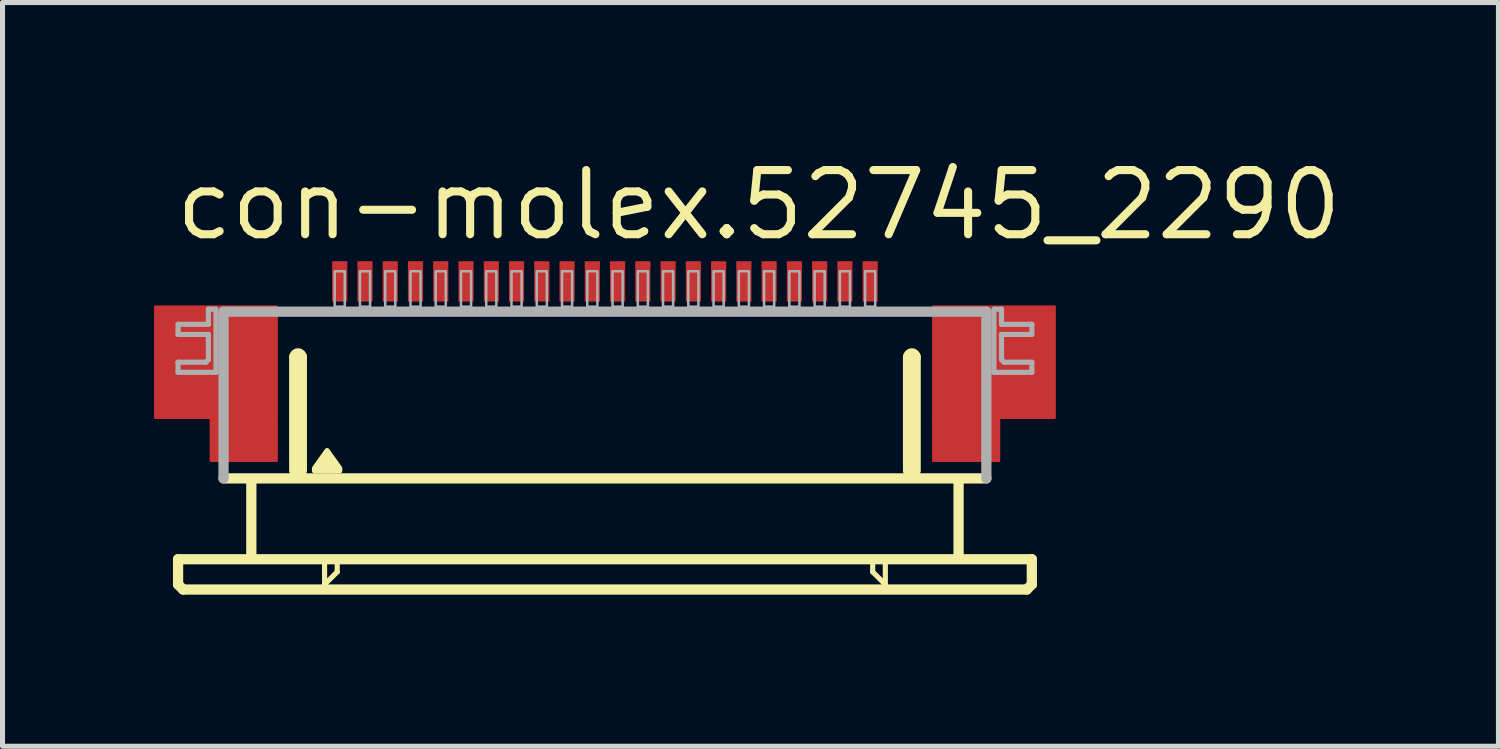
<source format=kicad_pcb>
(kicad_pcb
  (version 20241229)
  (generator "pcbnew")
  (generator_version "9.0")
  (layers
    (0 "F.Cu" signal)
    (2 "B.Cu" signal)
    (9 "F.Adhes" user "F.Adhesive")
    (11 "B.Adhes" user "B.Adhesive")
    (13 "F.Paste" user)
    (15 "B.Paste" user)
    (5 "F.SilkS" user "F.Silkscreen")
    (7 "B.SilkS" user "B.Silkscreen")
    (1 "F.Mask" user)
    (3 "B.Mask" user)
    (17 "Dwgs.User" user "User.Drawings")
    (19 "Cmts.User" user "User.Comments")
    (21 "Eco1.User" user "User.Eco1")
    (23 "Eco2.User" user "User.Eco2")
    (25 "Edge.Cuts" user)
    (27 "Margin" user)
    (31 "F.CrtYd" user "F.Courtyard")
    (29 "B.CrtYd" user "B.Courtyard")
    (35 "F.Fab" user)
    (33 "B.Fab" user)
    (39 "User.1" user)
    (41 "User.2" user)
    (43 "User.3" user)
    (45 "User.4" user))
  (footprint "con-molex.52745_2290"
    (layer "F.Cu")
    (at 8.925 5.02)
    (property "Reference" "con-molex.52745_2290" (at -8.58 -3.27 0) (layer "F.SilkS") (effects (font (size 1.27 1.27) (thickness 0.16)) (justify left bottom)))
    (attr smd)
    (fp_rect (start -8.9 0.2) (end -6.5 -2) (stroke (width 0.05) (type default)) (fill yes) (layer "F.Cu"))
    (fp_rect (start -7.8 1.05) (end -6.5 0.2) (stroke (width 0.05) (type default)) (fill yes) (layer "F.Cu"))
    (fp_rect (start 6.5 0.2) (end 8.9 -2) (stroke (width 0.05) (type default)) (fill yes) (layer "F.Cu"))
    (fp_rect (start 6.5 1.05) (end 7.8 0.2) (stroke (width 0.05) (type default)) (fill yes) (layer "F.Cu"))
    (fp_rect (start -8.9 0.2) (end -7.75 -2) (stroke (width 0.05) (type default)) (fill yes) (layer "F.Mask"))
    (fp_rect (start -7.8 1.05) (end -6.5 -2) (stroke (width 0.05) (type default)) (fill yes) (layer "F.Mask"))
    (fp_rect (start 6.5 1.05) (end 7.8 -2) (stroke (width 0.05) (type default)) (fill yes) (layer "F.Mask"))
    (fp_rect (start 7.75 0.2) (end 8.9 -2) (stroke (width 0.05) (type default)) (fill yes) (layer "F.Mask"))
    (fp_line (start -8.45 3) (end -8.45 3.5) (stroke (width 0.203) (type default)) (layer "F.SilkS"))
    (fp_line (start -8.45 3.5) (end -8.35 3.6) (stroke (width 0.203) (type default)) (layer "F.SilkS"))
    (fp_line (start -8.35 3.6) (end 8.35 3.6) (stroke (width 0.203) (type default)) (layer "F.SilkS"))
    (fp_line (start -7 1.5) (end -7 2.9) (stroke (width 0.203) (type default)) (layer "F.SilkS"))
    (fp_line (start -6.15 1.25) (end -6.15 -1) (stroke (width 0.203) (type default)) (layer "F.SilkS"))
    (fp_line (start -6 -1) (end -6 1.25) (stroke (width 0.203) (type default)) (layer "F.SilkS"))
    (fp_line (start -5.55 3.1) (end -5.55 3.5) (stroke (width 0.102) (type default)) (layer "F.SilkS"))
    (fp_line (start -5.55 3.5) (end -5.3 3.25) (stroke (width 0.102) (type default)) (layer "F.SilkS"))
    (fp_line (start -5.3 3.25) (end -5.3 3.1) (stroke (width 0.102) (type default)) (layer "F.SilkS"))
    (fp_line (start 5.3 3.1) (end 5.3 3.25) (stroke (width 0.102) (type default)) (layer "F.SilkS"))
    (fp_line (start 5.3 3.25) (end 5.55 3.5) (stroke (width 0.102) (type default)) (layer "F.SilkS"))
    (fp_line (start 5.55 3.5) (end 5.55 3.1) (stroke (width 0.102) (type default)) (layer "F.SilkS"))
    (fp_line (start 6 1.25) (end 6 -1) (stroke (width 0.203) (type default)) (layer "F.SilkS"))
    (fp_line (start 6.15 -1) (end 6.15 1.25) (stroke (width 0.203) (type default)) (layer "F.SilkS"))
    (fp_line (start 7 1.5) (end 7 2.9) (stroke (width 0.203) (type default)) (layer "F.SilkS"))
    (fp_line (start 7.55 1.4) (end -7.55 1.4) (stroke (width 0.203) (type default)) (layer "F.SilkS"))
    (fp_line (start 8.35 3.6) (end 8.45 3.5) (stroke (width 0.203) (type default)) (layer "F.SilkS"))
    (fp_line (start 8.45 3) (end -8.45 3) (stroke (width 0.203) (type default)) (layer "F.SilkS"))
    (fp_line (start 8.45 3.5) (end 8.45 3) (stroke (width 0.203) (type default)) (layer "F.SilkS"))
    (fp_arc (start -6.15 -1) (mid -6.075 -1.075) (end -6 -1) (stroke (width 0.2032) (type default)) (layer "F.SilkS"))
    (fp_arc (start 6 -1) (mid 6.075 -1.075) (end 6.15 -1) (stroke (width 0.2032) (type default)) (layer "F.SilkS"))
    (fp_poly (pts (xy -5.75 1.25) (xy -5.75 1.2) (xy -5.5 0.85) (xy -5.25 1.2) (xy -5.25 1.25)) (stroke (width 0.102) (type default)) (fill yes) (layer "F.SilkS"))
    (fp_rect (start -8.7 0.05) (end -6.7 -1.85) (stroke (width 0.05) (type default)) (fill yes) (layer "F.Paste"))
    (fp_rect (start 6.7 0.05) (end 8.7 -1.85) (stroke (width 0.05) (type default)) (fill yes) (layer "F.Paste"))
    (fp_line (start -8.45 -1.65) (end -8.45 -1.45) (stroke (width 0.102) (type default)) (layer "F.Fab"))
    (fp_line (start -8.45 -1.45) (end -7.85 -1.45) (stroke (width 0.102) (type default)) (layer "F.Fab"))
    (fp_line (start -8.45 -0.9) (end -8.45 -0.7) (stroke (width 0.102) (type default)) (layer "F.Fab"))
    (fp_line (start -8.45 -0.7) (end -7.7 -0.7) (stroke (width 0.102) (type default)) (layer "F.Fab"))
    (fp_line (start -7.9 -0.9) (end -8.45 -0.9) (stroke (width 0.102) (type default)) (layer "F.Fab"))
    (fp_line (start -7.85 -1.95) (end -7.85 -1.65) (stroke (width 0.102) (type default)) (layer "F.Fab"))
    (fp_line (start -7.85 -1.65) (end -8.45 -1.65) (stroke (width 0.102) (type default)) (layer "F.Fab"))
    (fp_line (start -7.85 -1.45) (end -7.85 -0.95) (stroke (width 0.102) (type default)) (layer "F.Fab"))
    (fp_line (start -7.85 -0.95) (end -7.9 -0.9) (stroke (width 0.102) (type default)) (layer "F.Fab"))
    (fp_line (start -7.7 -1.95) (end -7.85 -1.95) (stroke (width 0.102) (type default)) (layer "F.Fab"))
    (fp_line (start -7.7 -0.7) (end -7.7 -1.9) (stroke (width 0.102) (type default)) (layer "F.Fab"))
    (fp_line (start -7.55 -1.9) (end 7.55 -1.9) (stroke (width 0.203) (type default)) (layer "F.Fab"))
    (fp_line (start -7.55 1.4) (end -7.55 -1.9) (stroke (width 0.203) (type default)) (layer "F.Fab"))
    (fp_line (start 7.55 -1.9) (end 7.55 1.4) (stroke (width 0.203) (type default)) (layer "F.Fab"))
    (fp_line (start 7.7 -1.95) (end 7.85 -1.95) (stroke (width 0.102) (type default)) (layer "F.Fab"))
    (fp_line (start 7.7 -0.7) (end 7.7 -1.9) (stroke (width 0.102) (type default)) (layer "F.Fab"))
    (fp_line (start 7.85 -1.95) (end 7.85 -1.65) (stroke (width 0.102) (type default)) (layer "F.Fab"))
    (fp_line (start 7.85 -1.65) (end 8.45 -1.65) (stroke (width 0.102) (type default)) (layer "F.Fab"))
    (fp_line (start 7.85 -1.45) (end 7.85 -0.95) (stroke (width 0.102) (type default)) (layer "F.Fab"))
    (fp_line (start 7.85 -0.95) (end 7.9 -0.9) (stroke (width 0.102) (type default)) (layer "F.Fab"))
    (fp_line (start 7.9 -0.9) (end 8.45 -0.9) (stroke (width 0.102) (type default)) (layer "F.Fab"))
    (fp_line (start 8.45 -1.65) (end 8.45 -1.45) (stroke (width 0.102) (type default)) (layer "F.Fab"))
    (fp_line (start 8.45 -1.45) (end 7.85 -1.45) (stroke (width 0.102) (type default)) (layer "F.Fab"))
    (fp_line (start 8.45 -0.9) (end 8.45 -0.7) (stroke (width 0.102) (type default)) (layer "F.Fab"))
    (fp_line (start 8.45 -0.7) (end 7.7 -0.7) (stroke (width 0.102) (type default)) (layer "F.Fab"))
    (fp_rect (start -5.35 -2) (end -5.15 -2.7) (stroke (width 0.05) (type default)) (fill no) (layer "F.Fab"))
    (fp_rect (start -4.85 -2) (end -4.65 -2.7) (stroke (width 0.05) (type default)) (fill no) (layer "F.Fab"))
    (fp_rect (start -4.35 -2) (end -4.15 -2.7) (stroke (width 0.05) (type default)) (fill no) (layer "F.Fab"))
    (fp_rect (start -3.85 -2) (end -3.65 -2.7) (stroke (width 0.05) (type default)) (fill no) (layer "F.Fab"))
    (fp_rect (start -3.35 -2) (end -3.15 -2.7) (stroke (width 0.05) (type default)) (fill no) (layer "F.Fab"))
    (fp_rect (start -2.85 -2) (end -2.65 -2.7) (stroke (width 0.05) (type default)) (fill no) (layer "F.Fab"))
    (fp_rect (start -2.35 -2) (end -2.15 -2.7) (stroke (width 0.05) (type default)) (fill no) (layer "F.Fab"))
    (fp_rect (start -1.85 -2) (end -1.65 -2.7) (stroke (width 0.05) (type default)) (fill no) (layer "F.Fab"))
    (fp_rect (start -1.35 -2) (end -1.15 -2.7) (stroke (width 0.05) (type default)) (fill no) (layer "F.Fab"))
    (fp_rect (start -0.85 -2) (end -0.65 -2.7) (stroke (width 0.05) (type default)) (fill no) (layer "F.Fab"))
    (fp_rect (start -0.35 -2) (end -0.15 -2.7) (stroke (width 0.05) (type default)) (fill no) (layer "F.Fab"))
    (fp_rect (start 0.15 -2) (end 0.35 -2.7) (stroke (width 0.05) (type default)) (fill no) (layer "F.Fab"))
    (fp_rect (start 0.65 -2) (end 0.85 -2.7) (stroke (width 0.05) (type default)) (fill no) (layer "F.Fab"))
    (fp_rect (start 1.15 -2) (end 1.35 -2.7) (stroke (width 0.05) (type default)) (fill no) (layer "F.Fab"))
    (fp_rect (start 1.65 -2) (end 1.85 -2.7) (stroke (width 0.05) (type default)) (fill no) (layer "F.Fab"))
    (fp_rect (start 2.15 -2) (end 2.35 -2.7) (stroke (width 0.05) (type default)) (fill no) (layer "F.Fab"))
    (fp_rect (start 2.65 -2) (end 2.85 -2.7) (stroke (width 0.05) (type default)) (fill no) (layer "F.Fab"))
    (fp_rect (start 3.15 -2) (end 3.35 -2.7) (stroke (width 0.05) (type default)) (fill no) (layer "F.Fab"))
    (fp_rect (start 3.65 -2) (end 3.85 -2.7) (stroke (width 0.05) (type default)) (fill no) (layer "F.Fab"))
    (fp_rect (start 4.15 -2) (end 4.35 -2.7) (stroke (width 0.05) (type default)) (fill no) (layer "F.Fab"))
    (fp_rect (start 4.65 -2) (end 4.85 -2.7) (stroke (width 0.05) (type default)) (fill no) (layer "F.Fab"))
    (fp_rect (start 5.15 -2) (end 5.35 -2.7) (stroke (width 0.05) (type default)) (fill no) (layer "F.Fab"))
    (pad "1" smd roundrect (at -5.25 -2.5) (size 0.3 0.8) (layers "F.Cu" "F.Mask" "F.Paste") (roundrect_rratio 0.01))
    (pad "2" smd roundrect (at -4.75 -2.5) (size 0.3 0.8) (layers "F.Cu" "F.Mask" "F.Paste") (roundrect_rratio 0.01))
    (pad "3" smd roundrect (at -4.25 -2.5) (size 0.3 0.8) (layers "F.Cu" "F.Mask" "F.Paste") (roundrect_rratio 0.01))
    (pad "4" smd roundrect (at -3.75 -2.5) (size 0.3 0.8) (layers "F.Cu" "F.Mask" "F.Paste") (roundrect_rratio 0.01))
    (pad "5" smd roundrect (at -3.25 -2.5) (size 0.3 0.8) (layers "F.Cu" "F.Mask" "F.Paste") (roundrect_rratio 0.01))
    (pad "6" smd roundrect (at -2.75 -2.5) (size 0.3 0.8) (layers "F.Cu" "F.Mask" "F.Paste") (roundrect_rratio 0.01))
    (pad "7" smd roundrect (at -2.25 -2.5) (size 0.3 0.8) (layers "F.Cu" "F.Mask" "F.Paste") (roundrect_rratio 0.01))
    (pad "8" smd roundrect (at -1.75 -2.5) (size 0.3 0.8) (layers "F.Cu" "F.Mask" "F.Paste") (roundrect_rratio 0.01))
    (pad "9" smd roundrect (at -1.25 -2.5) (size 0.3 0.8) (layers "F.Cu" "F.Mask" "F.Paste") (roundrect_rratio 0.01))
    (pad "10" smd roundrect (at -0.75 -2.5) (size 0.3 0.8) (layers "F.Cu" "F.Mask" "F.Paste") (roundrect_rratio 0.01))
    (pad "11" smd roundrect (at -0.25 -2.5) (size 0.3 0.8) (layers "F.Cu" "F.Mask" "F.Paste") (roundrect_rratio 0.01))
    (pad "12" smd roundrect (at 0.25 -2.5) (size 0.3 0.8) (layers "F.Cu" "F.Mask" "F.Paste") (roundrect_rratio 0.01))
    (pad "13" smd roundrect (at 0.75 -2.5) (size 0.3 0.8) (layers "F.Cu" "F.Mask" "F.Paste") (roundrect_rratio 0.01))
    (pad "14" smd roundrect (at 1.25 -2.5) (size 0.3 0.8) (layers "F.Cu" "F.Mask" "F.Paste") (roundrect_rratio 0.01))
    (pad "15" smd roundrect (at 1.75 -2.5) (size 0.3 0.8) (layers "F.Cu" "F.Mask" "F.Paste") (roundrect_rratio 0.01))
    (pad "16" smd roundrect (at 2.25 -2.5) (size 0.3 0.8) (layers "F.Cu" "F.Mask" "F.Paste") (roundrect_rratio 0.01))
    (pad "17" smd roundrect (at 2.75 -2.5) (size 0.3 0.8) (layers "F.Cu" "F.Mask" "F.Paste") (roundrect_rratio 0.01))
    (pad "18" smd roundrect (at 3.25 -2.5) (size 0.3 0.8) (layers "F.Cu" "F.Mask" "F.Paste") (roundrect_rratio 0.01))
    (pad "19" smd roundrect (at 3.75 -2.5) (size 0.3 0.8) (layers "F.Cu" "F.Mask" "F.Paste") (roundrect_rratio 0.01))
    (pad "20" smd roundrect (at 4.25 -2.5) (size 0.3 0.8) (layers "F.Cu" "F.Mask" "F.Paste") (roundrect_rratio 0.01))
    (pad "21" smd roundrect (at 4.75 -2.5) (size 0.3 0.8) (layers "F.Cu" "F.Mask" "F.Paste") (roundrect_rratio 0.01))
    (pad "22" smd roundrect (at 5.25 -2.5) (size 0.3 0.8) (layers "F.Cu" "F.Mask" "F.Paste") (roundrect_rratio 0.01)))
  (gr_rect
    (start -3 -3)
    (end 26.612 11.722)
    (stroke (width 0.1) (type default))
    (fill no)
    (layer "Edge.Cuts")))
</source>
